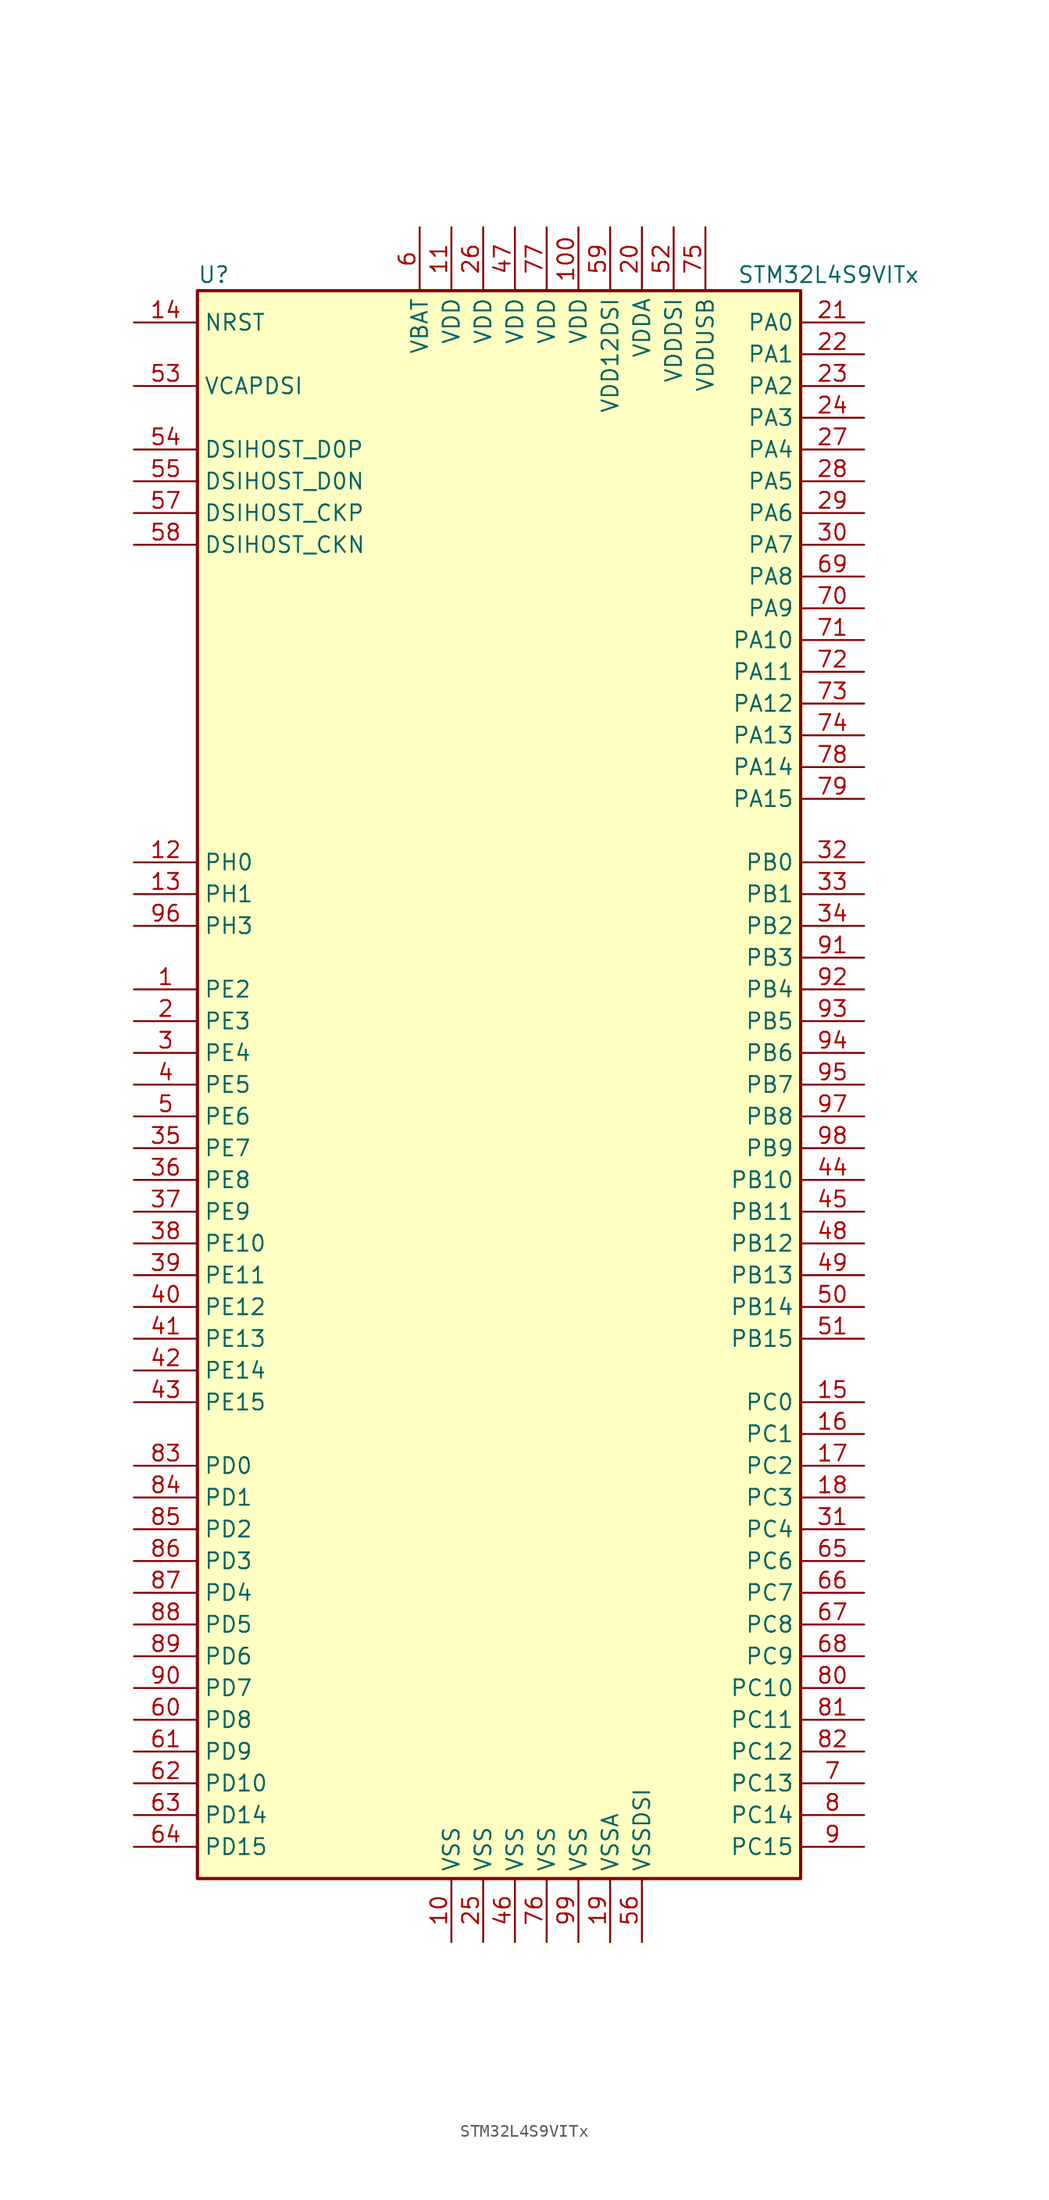
<source format=kicad_sym>
(kicad_symbol_lib
  (version 20201005)
  (generator kicad_symbol_editor)
  (symbol "MCU_ST_STM32L4+:STM32L4S9VITx"
    (property "Reference" "U"
      (at -25.4 64.77 0)
      (effects (font (size 1.27 1.27)) (justify left)))
    (property "Value" "STM32L4S9VITx"
      (at 17.78 64.77 0)
      (effects (font (size 1.27 1.27)) (justify left)))
    (symbol "STM32L4S9VITx_0_1"
      (rectangle (start -25.4 -63.5) (end 22.86 63.5) (stroke (width 0.254)) (fill (type background))))
    (symbol "STM32L4S9VITx_1_1"
      (pin bidirectional line (at -30.48 43.18 0) (length 5.08) (name "DSIHOST_CKN" (effects (font (size 1.27 1.27)))) (number "58" (effects (font (size 1.27 1.27)))))
      (pin bidirectional line (at -30.48 45.72 0) (length 5.08) (name "DSIHOST_CKP" (effects (font (size 1.27 1.27)))) (number "57" (effects (font (size 1.27 1.27)))))
      (pin bidirectional line (at -30.48 48.26 0) (length 5.08) (name "DSIHOST_D0N" (effects (font (size 1.27 1.27)))) (number "55" (effects (font (size 1.27 1.27)))))
      (pin bidirectional line (at -30.48 50.8 0) (length 5.08) (name "DSIHOST_D0P" (effects (font (size 1.27 1.27)))) (number "54" (effects (font (size 1.27 1.27)))))
      (pin input line (at -30.48 60.96 0) (length 5.08) (name "NRST" (effects (font (size 1.27 1.27)))) (number "14" (effects (font (size 1.27 1.27)))))
      (pin bidirectional line (at 27.94 60.96 180) (length 5.08) (name "PA0" (effects (font (size 1.27 1.27)))) (number "21" (effects (font (size 1.27 1.27)))))
      (pin bidirectional line (at 27.94 58.42 180) (length 5.08) (name "PA1" (effects (font (size 1.27 1.27)))) (number "22" (effects (font (size 1.27 1.27)))))
      (pin bidirectional line (at 27.94 35.56 180) (length 5.08) (name "PA10" (effects (font (size 1.27 1.27)))) (number "71" (effects (font (size 1.27 1.27)))))
      (pin bidirectional line (at 27.94 33.02 180) (length 5.08) (name "PA11" (effects (font (size 1.27 1.27)))) (number "72" (effects (font (size 1.27 1.27)))))
      (pin bidirectional line (at 27.94 30.48 180) (length 5.08) (name "PA12" (effects (font (size 1.27 1.27)))) (number "73" (effects (font (size 1.27 1.27)))))
      (pin bidirectional line (at 27.94 27.94 180) (length 5.08) (name "PA13" (effects (font (size 1.27 1.27)))) (number "74" (effects (font (size 1.27 1.27)))))
      (pin bidirectional line (at 27.94 25.4 180) (length 5.08) (name "PA14" (effects (font (size 1.27 1.27)))) (number "78" (effects (font (size 1.27 1.27)))))
      (pin bidirectional line (at 27.94 22.86 180) (length 5.08) (name "PA15" (effects (font (size 1.27 1.27)))) (number "79" (effects (font (size 1.27 1.27)))))
      (pin bidirectional line (at 27.94 55.88 180) (length 5.08) (name "PA2" (effects (font (size 1.27 1.27)))) (number "23" (effects (font (size 1.27 1.27)))))
      (pin bidirectional line (at 27.94 53.34 180) (length 5.08) (name "PA3" (effects (font (size 1.27 1.27)))) (number "24" (effects (font (size 1.27 1.27)))))
      (pin bidirectional line (at 27.94 50.8 180) (length 5.08) (name "PA4" (effects (font (size 1.27 1.27)))) (number "27" (effects (font (size 1.27 1.27)))))
      (pin bidirectional line (at 27.94 48.26 180) (length 5.08) (name "PA5" (effects (font (size 1.27 1.27)))) (number "28" (effects (font (size 1.27 1.27)))))
      (pin bidirectional line (at 27.94 45.72 180) (length 5.08) (name "PA6" (effects (font (size 1.27 1.27)))) (number "29" (effects (font (size 1.27 1.27)))))
      (pin bidirectional line (at 27.94 43.18 180) (length 5.08) (name "PA7" (effects (font (size 1.27 1.27)))) (number "30" (effects (font (size 1.27 1.27)))))
      (pin bidirectional line (at 27.94 40.64 180) (length 5.08) (name "PA8" (effects (font (size 1.27 1.27)))) (number "69" (effects (font (size 1.27 1.27)))))
      (pin bidirectional line (at 27.94 38.1 180) (length 5.08) (name "PA9" (effects (font (size 1.27 1.27)))) (number "70" (effects (font (size 1.27 1.27)))))
      (pin bidirectional line (at 27.94 17.78 180) (length 5.08) (name "PB0" (effects (font (size 1.27 1.27)))) (number "32" (effects (font (size 1.27 1.27)))))
      (pin bidirectional line (at 27.94 15.24 180) (length 5.08) (name "PB1" (effects (font (size 1.27 1.27)))) (number "33" (effects (font (size 1.27 1.27)))))
      (pin bidirectional line (at 27.94 -7.62 180) (length 5.08) (name "PB10" (effects (font (size 1.27 1.27)))) (number "44" (effects (font (size 1.27 1.27)))))
      (pin bidirectional line (at 27.94 -10.16 180) (length 5.08) (name "PB11" (effects (font (size 1.27 1.27)))) (number "45" (effects (font (size 1.27 1.27)))))
      (pin bidirectional line (at 27.94 -12.7 180) (length 5.08) (name "PB12" (effects (font (size 1.27 1.27)))) (number "48" (effects (font (size 1.27 1.27)))))
      (pin bidirectional line (at 27.94 -15.24 180) (length 5.08) (name "PB13" (effects (font (size 1.27 1.27)))) (number "49" (effects (font (size 1.27 1.27)))))
      (pin bidirectional line (at 27.94 -17.78 180) (length 5.08) (name "PB14" (effects (font (size 1.27 1.27)))) (number "50" (effects (font (size 1.27 1.27)))))
      (pin bidirectional line (at 27.94 -20.32 180) (length 5.08) (name "PB15" (effects (font (size 1.27 1.27)))) (number "51" (effects (font (size 1.27 1.27)))))
      (pin bidirectional line (at 27.94 12.7 180) (length 5.08) (name "PB2" (effects (font (size 1.27 1.27)))) (number "34" (effects (font (size 1.27 1.27)))))
      (pin bidirectional line (at 27.94 10.16 180) (length 5.08) (name "PB3" (effects (font (size 1.27 1.27)))) (number "91" (effects (font (size 1.27 1.27)))))
      (pin bidirectional line (at 27.94 7.62 180) (length 5.08) (name "PB4" (effects (font (size 1.27 1.27)))) (number "92" (effects (font (size 1.27 1.27)))))
      (pin bidirectional line (at 27.94 5.08 180) (length 5.08) (name "PB5" (effects (font (size 1.27 1.27)))) (number "93" (effects (font (size 1.27 1.27)))))
      (pin bidirectional line (at 27.94 2.54 180) (length 5.08) (name "PB6" (effects (font (size 1.27 1.27)))) (number "94" (effects (font (size 1.27 1.27)))))
      (pin bidirectional line (at 27.94 0 180) (length 5.08) (name "PB7" (effects (font (size 1.27 1.27)))) (number "95" (effects (font (size 1.27 1.27)))))
      (pin bidirectional line (at 27.94 -2.54 180) (length 5.08) (name "PB8" (effects (font (size 1.27 1.27)))) (number "97" (effects (font (size 1.27 1.27)))))
      (pin bidirectional line (at 27.94 -5.08 180) (length 5.08) (name "PB9" (effects (font (size 1.27 1.27)))) (number "98" (effects (font (size 1.27 1.27)))))
      (pin bidirectional line (at 27.94 -25.4 180) (length 5.08) (name "PC0" (effects (font (size 1.27 1.27)))) (number "15" (effects (font (size 1.27 1.27)))))
      (pin bidirectional line (at 27.94 -27.94 180) (length 5.08) (name "PC1" (effects (font (size 1.27 1.27)))) (number "16" (effects (font (size 1.27 1.27)))))
      (pin bidirectional line (at 27.94 -48.26 180) (length 5.08) (name "PC10" (effects (font (size 1.27 1.27)))) (number "80" (effects (font (size 1.27 1.27)))))
      (pin bidirectional line (at 27.94 -50.8 180) (length 5.08) (name "PC11" (effects (font (size 1.27 1.27)))) (number "81" (effects (font (size 1.27 1.27)))))
      (pin bidirectional line (at 27.94 -53.34 180) (length 5.08) (name "PC12" (effects (font (size 1.27 1.27)))) (number "82" (effects (font (size 1.27 1.27)))))
      (pin bidirectional line (at 27.94 -55.88 180) (length 5.08) (name "PC13" (effects (font (size 1.27 1.27)))) (number "7" (effects (font (size 1.27 1.27)))))
      (pin bidirectional line (at 27.94 -58.42 180) (length 5.08) (name "PC14" (effects (font (size 1.27 1.27)))) (number "8" (effects (font (size 1.27 1.27)))))
      (pin bidirectional line (at 27.94 -60.96 180) (length 5.08) (name "PC15" (effects (font (size 1.27 1.27)))) (number "9" (effects (font (size 1.27 1.27)))))
      (pin bidirectional line (at 27.94 -30.48 180) (length 5.08) (name "PC2" (effects (font (size 1.27 1.27)))) (number "17" (effects (font (size 1.27 1.27)))))
      (pin bidirectional line (at 27.94 -33.02 180) (length 5.08) (name "PC3" (effects (font (size 1.27 1.27)))) (number "18" (effects (font (size 1.27 1.27)))))
      (pin bidirectional line (at 27.94 -35.56 180) (length 5.08) (name "PC4" (effects (font (size 1.27 1.27)))) (number "31" (effects (font (size 1.27 1.27)))))
      (pin bidirectional line (at 27.94 -38.1 180) (length 5.08) (name "PC6" (effects (font (size 1.27 1.27)))) (number "65" (effects (font (size 1.27 1.27)))))
      (pin bidirectional line (at 27.94 -40.64 180) (length 5.08) (name "PC7" (effects (font (size 1.27 1.27)))) (number "66" (effects (font (size 1.27 1.27)))))
      (pin bidirectional line (at 27.94 -43.18 180) (length 5.08) (name "PC8" (effects (font (size 1.27 1.27)))) (number "67" (effects (font (size 1.27 1.27)))))
      (pin bidirectional line (at 27.94 -45.72 180) (length 5.08) (name "PC9" (effects (font (size 1.27 1.27)))) (number "68" (effects (font (size 1.27 1.27)))))
      (pin bidirectional line (at -30.48 -30.48 0) (length 5.08) (name "PD0" (effects (font (size 1.27 1.27)))) (number "83" (effects (font (size 1.27 1.27)))))
      (pin bidirectional line (at -30.48 -33.02 0) (length 5.08) (name "PD1" (effects (font (size 1.27 1.27)))) (number "84" (effects (font (size 1.27 1.27)))))
      (pin bidirectional line (at -30.48 -55.88 0) (length 5.08) (name "PD10" (effects (font (size 1.27 1.27)))) (number "62" (effects (font (size 1.27 1.27)))))
      (pin bidirectional line (at -30.48 -58.42 0) (length 5.08) (name "PD14" (effects (font (size 1.27 1.27)))) (number "63" (effects (font (size 1.27 1.27)))))
      (pin bidirectional line (at -30.48 -60.96 0) (length 5.08) (name "PD15" (effects (font (size 1.27 1.27)))) (number "64" (effects (font (size 1.27 1.27)))))
      (pin bidirectional line (at -30.48 -35.56 0) (length 5.08) (name "PD2" (effects (font (size 1.27 1.27)))) (number "85" (effects (font (size 1.27 1.27)))))
      (pin bidirectional line (at -30.48 -38.1 0) (length 5.08) (name "PD3" (effects (font (size 1.27 1.27)))) (number "86" (effects (font (size 1.27 1.27)))))
      (pin bidirectional line (at -30.48 -40.64 0) (length 5.08) (name "PD4" (effects (font (size 1.27 1.27)))) (number "87" (effects (font (size 1.27 1.27)))))
      (pin bidirectional line (at -30.48 -43.18 0) (length 5.08) (name "PD5" (effects (font (size 1.27 1.27)))) (number "88" (effects (font (size 1.27 1.27)))))
      (pin bidirectional line (at -30.48 -45.72 0) (length 5.08) (name "PD6" (effects (font (size 1.27 1.27)))) (number "89" (effects (font (size 1.27 1.27)))))
      (pin bidirectional line (at -30.48 -48.26 0) (length 5.08) (name "PD7" (effects (font (size 1.27 1.27)))) (number "90" (effects (font (size 1.27 1.27)))))
      (pin bidirectional line (at -30.48 -50.8 0) (length 5.08) (name "PD8" (effects (font (size 1.27 1.27)))) (number "60" (effects (font (size 1.27 1.27)))))
      (pin bidirectional line (at -30.48 -53.34 0) (length 5.08) (name "PD9" (effects (font (size 1.27 1.27)))) (number "61" (effects (font (size 1.27 1.27)))))
      (pin bidirectional line (at -30.48 -12.7 0) (length 5.08) (name "PE10" (effects (font (size 1.27 1.27)))) (number "38" (effects (font (size 1.27 1.27)))))
      (pin bidirectional line (at -30.48 -15.24 0) (length 5.08) (name "PE11" (effects (font (size 1.27 1.27)))) (number "39" (effects (font (size 1.27 1.27)))))
      (pin bidirectional line (at -30.48 -17.78 0) (length 5.08) (name "PE12" (effects (font (size 1.27 1.27)))) (number "40" (effects (font (size 1.27 1.27)))))
      (pin bidirectional line (at -30.48 -20.32 0) (length 5.08) (name "PE13" (effects (font (size 1.27 1.27)))) (number "41" (effects (font (size 1.27 1.27)))))
      (pin bidirectional line (at -30.48 -22.86 0) (length 5.08) (name "PE14" (effects (font (size 1.27 1.27)))) (number "42" (effects (font (size 1.27 1.27)))))
      (pin bidirectional line (at -30.48 -25.4 0) (length 5.08) (name "PE15" (effects (font (size 1.27 1.27)))) (number "43" (effects (font (size 1.27 1.27)))))
      (pin bidirectional line (at -30.48 7.62 0) (length 5.08) (name "PE2" (effects (font (size 1.27 1.27)))) (number "1" (effects (font (size 1.27 1.27)))))
      (pin bidirectional line (at -30.48 5.08 0) (length 5.08) (name "PE3" (effects (font (size 1.27 1.27)))) (number "2" (effects (font (size 1.27 1.27)))))
      (pin bidirectional line (at -30.48 2.54 0) (length 5.08) (name "PE4" (effects (font (size 1.27 1.27)))) (number "3" (effects (font (size 1.27 1.27)))))
      (pin bidirectional line (at -30.48 0 0) (length 5.08) (name "PE5" (effects (font (size 1.27 1.27)))) (number "4" (effects (font (size 1.27 1.27)))))
      (pin bidirectional line (at -30.48 -2.54 0) (length 5.08) (name "PE6" (effects (font (size 1.27 1.27)))) (number "5" (effects (font (size 1.27 1.27)))))
      (pin bidirectional line (at -30.48 -5.08 0) (length 5.08) (name "PE7" (effects (font (size 1.27 1.27)))) (number "35" (effects (font (size 1.27 1.27)))))
      (pin bidirectional line (at -30.48 -7.62 0) (length 5.08) (name "PE8" (effects (font (size 1.27 1.27)))) (number "36" (effects (font (size 1.27 1.27)))))
      (pin bidirectional line (at -30.48 -10.16 0) (length 5.08) (name "PE9" (effects (font (size 1.27 1.27)))) (number "37" (effects (font (size 1.27 1.27)))))
      (pin input line (at -30.48 17.78 0) (length 5.08) (name "PH0" (effects (font (size 1.27 1.27)))) (number "12" (effects (font (size 1.27 1.27)))))
      (pin input line (at -30.48 15.24 0) (length 5.08) (name "PH1" (effects (font (size 1.27 1.27)))) (number "13" (effects (font (size 1.27 1.27)))))
      (pin bidirectional line (at -30.48 12.7 0) (length 5.08) (name "PH3" (effects (font (size 1.27 1.27)))) (number "96" (effects (font (size 1.27 1.27)))))
      (pin power_in line (at -7.62 68.58 270) (length 5.08) (name "VBAT" (effects (font (size 1.27 1.27)))) (number "6" (effects (font (size 1.27 1.27)))))
      (pin power_in line (at -30.48 55.88 0) (length 5.08) (name "VCAPDSI" (effects (font (size 1.27 1.27)))) (number "53" (effects (font (size 1.27 1.27)))))
      (pin power_in line (at 5.08 68.58 270) (length 5.08) (name "VDD" (effects (font (size 1.27 1.27)))) (number "100" (effects (font (size 1.27 1.27)))))
      (pin power_in line (at -5.08 68.58 270) (length 5.08) (name "VDD" (effects (font (size 1.27 1.27)))) (number "11" (effects (font (size 1.27 1.27)))))
      (pin power_in line (at -2.54 68.58 270) (length 5.08) (name "VDD" (effects (font (size 1.27 1.27)))) (number "26" (effects (font (size 1.27 1.27)))))
      (pin power_in line (at 0 68.58 270) (length 5.08) (name "VDD" (effects (font (size 1.27 1.27)))) (number "47" (effects (font (size 1.27 1.27)))))
      (pin power_in line (at 2.54 68.58 270) (length 5.08) (name "VDD" (effects (font (size 1.27 1.27)))) (number "77" (effects (font (size 1.27 1.27)))))
      (pin power_in line (at 7.62 68.58 270) (length 5.08) (name "VDD12DSI" (effects (font (size 1.27 1.27)))) (number "59" (effects (font (size 1.27 1.27)))))
      (pin power_in line (at 10.16 68.58 270) (length 5.08) (name "VDDA" (effects (font (size 1.27 1.27)))) (number "20" (effects (font (size 1.27 1.27)))))
      (pin power_in line (at 12.7 68.58 270) (length 5.08) (name "VDDDSI" (effects (font (size 1.27 1.27)))) (number "52" (effects (font (size 1.27 1.27)))))
      (pin power_in line (at 15.24 68.58 270) (length 5.08) (name "VDDUSB" (effects (font (size 1.27 1.27)))) (number "75" (effects (font (size 1.27 1.27)))))
      (pin power_in line (at -5.08 -68.58 90) (length 5.08) (name "VSS" (effects (font (size 1.27 1.27)))) (number "10" (effects (font (size 1.27 1.27)))))
      (pin power_in line (at -2.54 -68.58 90) (length 5.08) (name "VSS" (effects (font (size 1.27 1.27)))) (number "25" (effects (font (size 1.27 1.27)))))
      (pin power_in line (at 0 -68.58 90) (length 5.08) (name "VSS" (effects (font (size 1.27 1.27)))) (number "46" (effects (font (size 1.27 1.27)))))
      (pin power_in line (at 2.54 -68.58 90) (length 5.08) (name "VSS" (effects (font (size 1.27 1.27)))) (number "76" (effects (font (size 1.27 1.27)))))
      (pin power_in line (at 5.08 -68.58 90) (length 5.08) (name "VSS" (effects (font (size 1.27 1.27)))) (number "99" (effects (font (size 1.27 1.27)))))
      (pin power_in line (at 7.62 -68.58 90) (length 5.08) (name "VSSA" (effects (font (size 1.27 1.27)))) (number "19" (effects (font (size 1.27 1.27)))))
      (pin power_in line (at 10.16 -68.58 90) (length 5.08) (name "VSSDSI" (effects (font (size 1.27 1.27)))) (number "56" (effects (font (size 1.27 1.27))))))))
</source>
